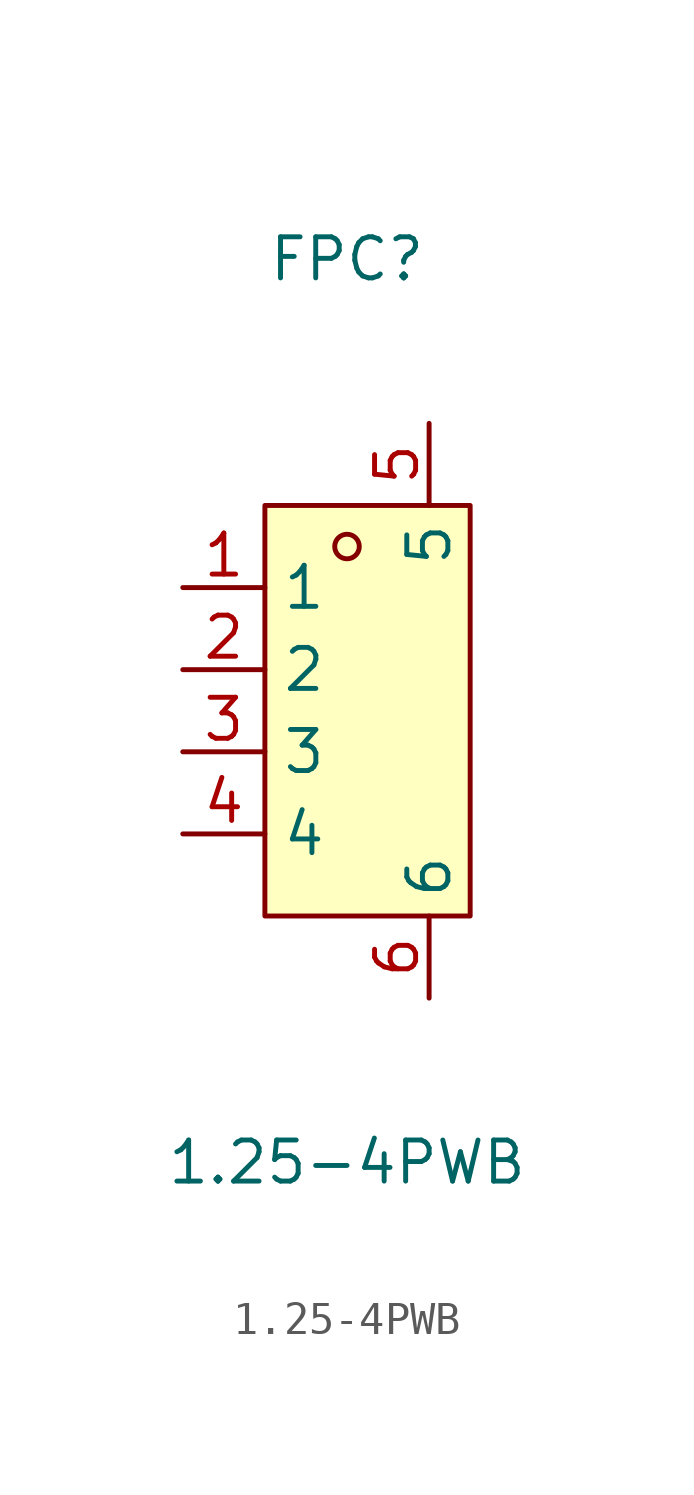
<source format=kicad_sym>
(kicad_symbol_lib
  (version 20211014)
  (generator https://github.com/uPesy/easyeda2kicad.py)
  (symbol "1.25-4PWB"
    (property "Reference" "FPC"
      (at 0 15.24 0)
      (effects (font (size 1.27 1.27))))
    (property "Value" "1.25-4PWB"
      (at 0 -12.70 0)
      (effects (font (size 1.27 1.27))))
    (symbol "1.25-4PWB_0_1"
      (rectangle (start -2.54 7.62) (end 3.81 -5.08) (stroke (width 0) (type default) (color 0 0 0 0)) (fill (type background)))
      (circle (center 0.00 6.35) (radius 0.38) (stroke (width 0) (type default) (color 0 0 0 0)) (fill (type none)))
      (pin unspecified line (at 2.54 -7.62 90) (length 2.54) (name "6" (effects (font (size 1.27 1.27)))) (number "6" (effects (font (size 1.27 1.27)))))
      (pin unspecified line (at 2.54 10.16 270) (length 2.54) (name "5" (effects (font (size 1.27 1.27)))) (number "5" (effects (font (size 1.27 1.27)))))
      (pin unspecified line (at -5.08 -2.54 0) (length 2.54) (name "4" (effects (font (size 1.27 1.27)))) (number "4" (effects (font (size 1.27 1.27)))))
      (pin unspecified line (at -5.08 -0.00 0) (length 2.54) (name "3" (effects (font (size 1.27 1.27)))) (number "3" (effects (font (size 1.27 1.27)))))
      (pin unspecified line (at -5.08 2.54 0) (length 2.54) (name "2" (effects (font (size 1.27 1.27)))) (number "2" (effects (font (size 1.27 1.27)))))
      (pin unspecified line (at -5.08 5.08 0) (length 2.54) (name "1" (effects (font (size 1.27 1.27)))) (number "1" (effects (font (size 1.27 1.27))))))))
</source>
